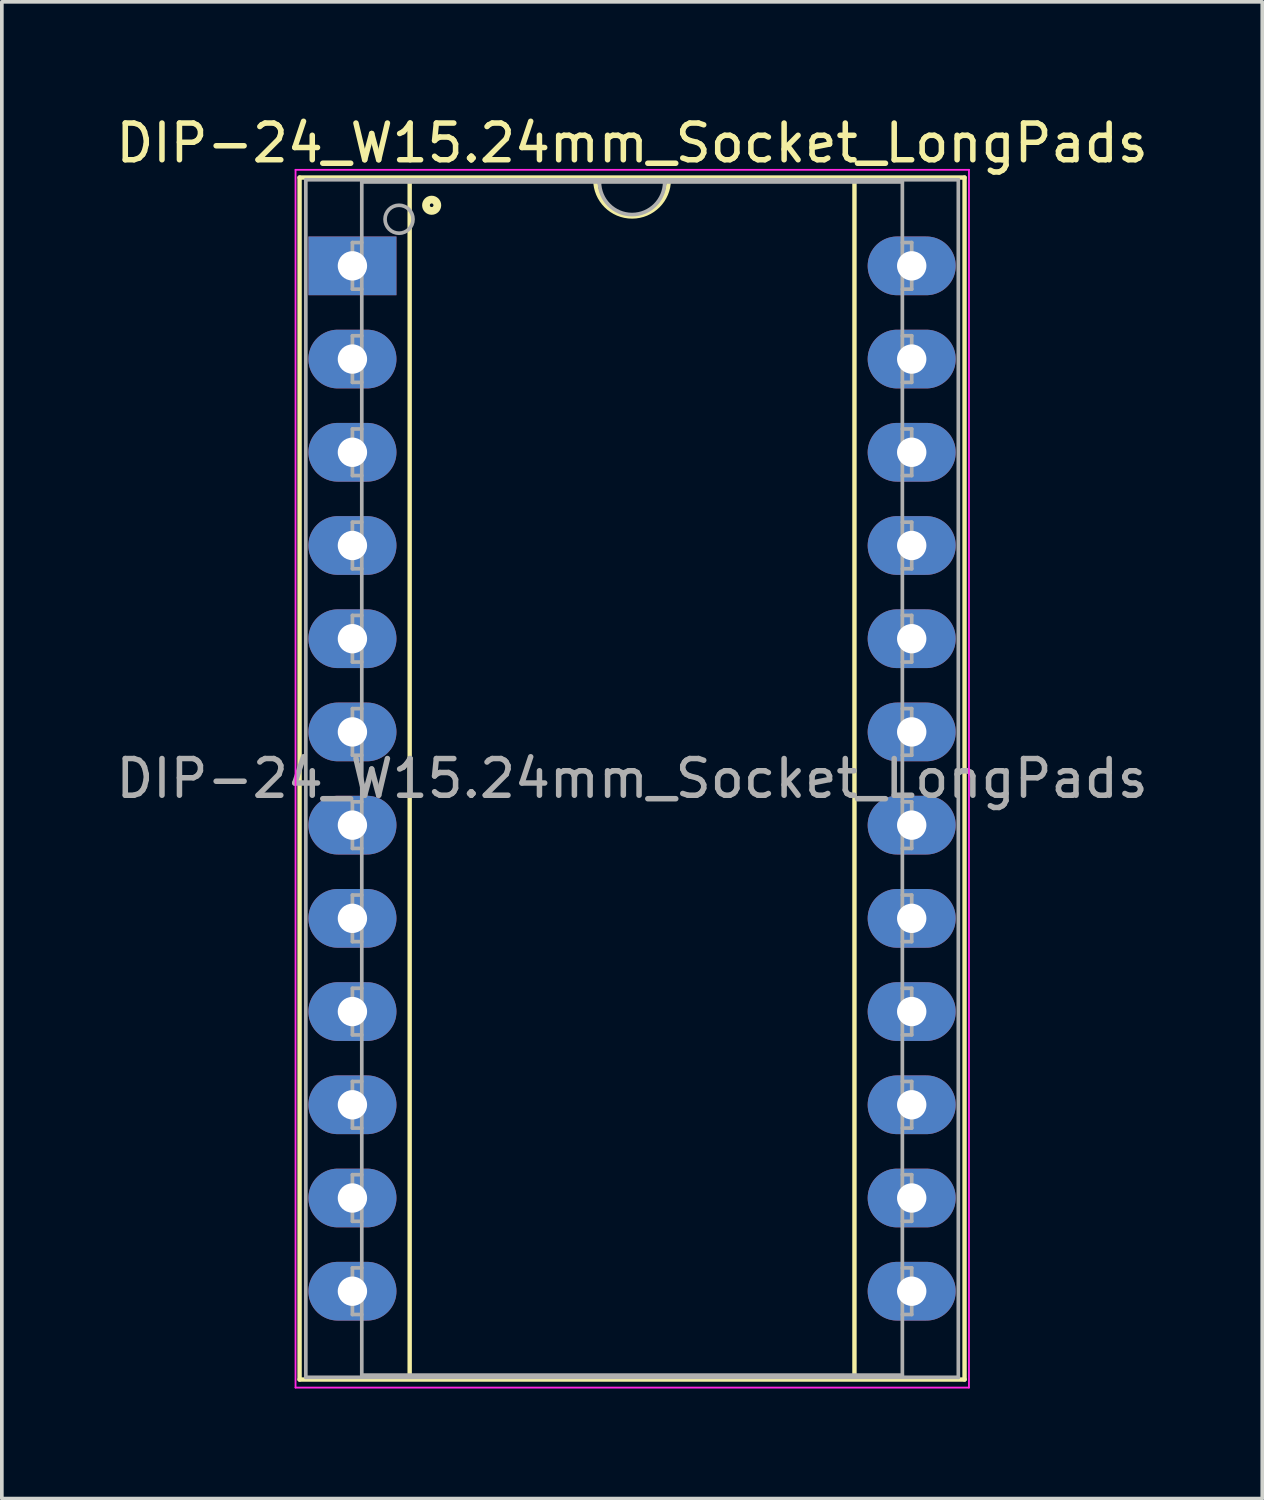
<source format=kicad_pcb>
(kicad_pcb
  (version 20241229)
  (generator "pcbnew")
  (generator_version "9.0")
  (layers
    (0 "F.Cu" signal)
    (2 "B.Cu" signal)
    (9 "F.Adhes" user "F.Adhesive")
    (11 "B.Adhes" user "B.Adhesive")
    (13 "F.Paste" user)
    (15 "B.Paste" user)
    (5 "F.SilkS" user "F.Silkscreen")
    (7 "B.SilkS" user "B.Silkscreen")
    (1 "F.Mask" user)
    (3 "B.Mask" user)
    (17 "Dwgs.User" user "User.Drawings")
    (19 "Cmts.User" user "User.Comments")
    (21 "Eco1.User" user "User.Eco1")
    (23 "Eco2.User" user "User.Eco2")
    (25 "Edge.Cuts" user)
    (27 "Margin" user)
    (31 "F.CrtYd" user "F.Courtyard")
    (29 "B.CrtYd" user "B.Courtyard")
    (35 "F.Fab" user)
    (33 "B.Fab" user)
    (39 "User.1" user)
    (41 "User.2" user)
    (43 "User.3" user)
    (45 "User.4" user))
  (footprint "DIP-24_W15.24mm_Socket_LongPads"
    (layer "F.Cu")
    (at 6.553 4.194)
    (property "Reference" "DIP-24_W15.24mm_Socket_LongPads" (at 7.62 -3.346 0) (layer "F.SilkS") (effects (font (size 1 1) (thickness 0.15))))
    (attr through_hole)
    (fp_line (start -1.44 -2.406) (end -1.44 30.346) (stroke (width 0.12) (type solid)) (layer "F.SilkS"))
    (fp_line (start -1.44 30.346) (end 16.68 30.346) (stroke (width 0.12) (type solid)) (layer "F.SilkS"))
    (fp_line (start 1.56 -2.346) (end 1.56 30.286) (stroke (width 0.12) (type solid)) (layer "F.SilkS"))
    (fp_line (start 1.56 30.286) (end 13.68 30.286) (stroke (width 0.12) (type solid)) (layer "F.SilkS"))
    (fp_line (start 6.62 -2.346) (end 1.56 -2.346) (stroke (width 0.12) (type solid)) (layer "F.SilkS"))
    (fp_line (start 13.68 -2.346) (end 8.62 -2.346) (stroke (width 0.12) (type solid)) (layer "F.SilkS"))
    (fp_line (start 13.68 30.286) (end 13.68 -2.346) (stroke (width 0.12) (type solid)) (layer "F.SilkS"))
    (fp_line (start 16.68 -2.406) (end -1.44 -2.406) (stroke (width 0.12) (type solid)) (layer "F.SilkS"))
    (fp_line (start 16.68 30.346) (end 16.68 -2.406) (stroke (width 0.12) (type solid)) (layer "F.SilkS"))
    (fp_arc (start 8.62 -2.346) (mid 7.62 -1.346) (end 6.62 -2.346) (stroke (width 0.12) (type solid)) (layer "F.SilkS"))
    (fp_circle (center 2.159 -1.651) (end 2.209 -1.651) (stroke (width 0.12) (type solid)) (fill no) (layer "F.SilkS"))
    (fp_circle (center 2.159 -1.651) (end 2.284 -1.651) (stroke (width 0.12) (type solid)) (fill no) (layer "F.SilkS"))
    (fp_circle (center 2.159 -1.651) (end 2.359 -1.651) (stroke (width 0.12) (type solid)) (fill no) (layer "F.SilkS"))
    (fp_line (start -1.55 -2.616) (end -1.55 30.566) (stroke (width 0.05) (type solid)) (layer "F.CrtYd"))
    (fp_line (start -1.55 30.566) (end 16.8 30.566) (stroke (width 0.05) (type solid)) (layer "F.CrtYd"))
    (fp_line (start 16.8 -2.616) (end -1.55 -2.616) (stroke (width 0.05) (type solid)) (layer "F.CrtYd"))
    (fp_line (start 16.8 30.566) (end 16.8 -2.616) (stroke (width 0.05) (type solid)) (layer "F.CrtYd"))
    (fp_line (start -1.27 -2.346) (end -1.27 30.286) (stroke (width 0.1) (type solid)) (layer "F.Fab"))
    (fp_line (start -1.27 30.286) (end 16.51 30.286) (stroke (width 0.1) (type solid)) (layer "F.Fab"))
    (fp_line (start 0 -0.635) (end 0 0.635) (stroke (width 0.1) (type solid)) (layer "F.Fab"))
    (fp_line (start 0 -0.635) (end 0.254 -0.635) (stroke (width 0.1) (type solid)) (layer "F.Fab"))
    (fp_line (start 0 0.635) (end 0.254 0.635) (stroke (width 0.1) (type solid)) (layer "F.Fab"))
    (fp_line (start 0 1.905) (end 0 3.175) (stroke (width 0.1) (type solid)) (layer "F.Fab"))
    (fp_line (start 0 1.905) (end 0.254 1.905) (stroke (width 0.1) (type solid)) (layer "F.Fab"))
    (fp_line (start 0 3.175) (end 0.254 3.175) (stroke (width 0.1) (type solid)) (layer "F.Fab"))
    (fp_line (start 0 4.445) (end 0 5.715) (stroke (width 0.1) (type solid)) (layer "F.Fab"))
    (fp_line (start 0 4.445) (end 0.254 4.445) (stroke (width 0.1) (type solid)) (layer "F.Fab"))
    (fp_line (start 0 5.715) (end 0.254 5.715) (stroke (width 0.1) (type solid)) (layer "F.Fab"))
    (fp_line (start 0 6.985) (end 0 8.255) (stroke (width 0.1) (type solid)) (layer "F.Fab"))
    (fp_line (start 0 6.985) (end 0.254 6.985) (stroke (width 0.1) (type solid)) (layer "F.Fab"))
    (fp_line (start 0 8.255) (end 0.254 8.255) (stroke (width 0.1) (type solid)) (layer "F.Fab"))
    (fp_line (start 0 9.525) (end 0 10.795) (stroke (width 0.1) (type solid)) (layer "F.Fab"))
    (fp_line (start 0 9.525) (end 0.254 9.525) (stroke (width 0.1) (type solid)) (layer "F.Fab"))
    (fp_line (start 0 10.795) (end 0.254 10.795) (stroke (width 0.1) (type solid)) (layer "F.Fab"))
    (fp_line (start 0 12.065) (end 0 13.335) (stroke (width 0.1) (type solid)) (layer "F.Fab"))
    (fp_line (start 0 12.065) (end 0.254 12.065) (stroke (width 0.1) (type solid)) (layer "F.Fab"))
    (fp_line (start 0 13.335) (end 0.254 13.335) (stroke (width 0.1) (type solid)) (layer "F.Fab"))
    (fp_line (start 0 14.605) (end 0 15.875) (stroke (width 0.1) (type solid)) (layer "F.Fab"))
    (fp_line (start 0 14.605) (end 0.254 14.605) (stroke (width 0.1) (type solid)) (layer "F.Fab"))
    (fp_line (start 0 15.875) (end 0.254 15.875) (stroke (width 0.1) (type solid)) (layer "F.Fab"))
    (fp_line (start 0 17.145) (end 0 18.415) (stroke (width 0.1) (type solid)) (layer "F.Fab"))
    (fp_line (start 0 17.145) (end 0.254 17.145) (stroke (width 0.1) (type solid)) (layer "F.Fab"))
    (fp_line (start 0 18.415) (end 0.254 18.415) (stroke (width 0.1) (type solid)) (layer "F.Fab"))
    (fp_line (start 0 19.685) (end 0 20.955) (stroke (width 0.1) (type solid)) (layer "F.Fab"))
    (fp_line (start 0 19.685) (end 0.254 19.685) (stroke (width 0.1) (type solid)) (layer "F.Fab"))
    (fp_line (start 0 20.955) (end 0.254 20.955) (stroke (width 0.1) (type solid)) (layer "F.Fab"))
    (fp_line (start 0 22.225) (end 0 23.495) (stroke (width 0.1) (type solid)) (layer "F.Fab"))
    (fp_line (start 0 22.225) (end 0.254 22.225) (stroke (width 0.1) (type solid)) (layer "F.Fab"))
    (fp_line (start 0 23.495) (end 0.254 23.495) (stroke (width 0.1) (type solid)) (layer "F.Fab"))
    (fp_line (start 0 24.765) (end 0 26.035) (stroke (width 0.1) (type solid)) (layer "F.Fab"))
    (fp_line (start 0 24.765) (end 0.254 24.765) (stroke (width 0.1) (type solid)) (layer "F.Fab"))
    (fp_line (start 0 26.035) (end 0.254 26.035) (stroke (width 0.1) (type solid)) (layer "F.Fab"))
    (fp_line (start 0 27.305) (end 0 28.575) (stroke (width 0.1) (type solid)) (layer "F.Fab"))
    (fp_line (start 0 27.305) (end 0.254 27.305) (stroke (width 0.1) (type solid)) (layer "F.Fab"))
    (fp_line (start 0 28.575) (end 0.254 28.575) (stroke (width 0.1) (type solid)) (layer "F.Fab"))
    (fp_line (start 0.255 -2.286) (end 14.985 -2.286) (stroke (width 0.1) (type solid)) (layer "F.Fab"))
    (fp_line (start 0.255 30.226) (end 0.255 -2.286) (stroke (width 0.1) (type solid)) (layer "F.Fab"))
    (fp_line (start 14.985 -2.286) (end 14.985 30.226) (stroke (width 0.1) (type solid)) (layer "F.Fab"))
    (fp_line (start 14.985 30.226) (end 0.255 30.226) (stroke (width 0.1) (type solid)) (layer "F.Fab"))
    (fp_line (start 15.24 -0.635) (end 14.986 -0.635) (stroke (width 0.1) (type solid)) (layer "F.Fab"))
    (fp_line (start 15.24 0.635) (end 14.986 0.635) (stroke (width 0.1) (type solid)) (layer "F.Fab"))
    (fp_line (start 15.24 0.635) (end 15.24 -0.635) (stroke (width 0.1) (type solid)) (layer "F.Fab"))
    (fp_line (start 15.24 1.905) (end 14.986 1.905) (stroke (width 0.1) (type solid)) (layer "F.Fab"))
    (fp_line (start 15.24 3.175) (end 14.986 3.175) (stroke (width 0.1) (type solid)) (layer "F.Fab"))
    (fp_line (start 15.24 3.175) (end 15.24 1.905) (stroke (width 0.1) (type solid)) (layer "F.Fab"))
    (fp_line (start 15.24 4.445) (end 14.986 4.445) (stroke (width 0.1) (type solid)) (layer "F.Fab"))
    (fp_line (start 15.24 5.715) (end 14.986 5.715) (stroke (width 0.1) (type solid)) (layer "F.Fab"))
    (fp_line (start 15.24 5.715) (end 15.24 4.445) (stroke (width 0.1) (type solid)) (layer "F.Fab"))
    (fp_line (start 15.24 6.985) (end 14.986 6.985) (stroke (width 0.1) (type solid)) (layer "F.Fab"))
    (fp_line (start 15.24 8.255) (end 14.986 8.255) (stroke (width 0.1) (type solid)) (layer "F.Fab"))
    (fp_line (start 15.24 8.255) (end 15.24 6.985) (stroke (width 0.1) (type solid)) (layer "F.Fab"))
    (fp_line (start 15.24 9.525) (end 14.986 9.525) (stroke (width 0.1) (type solid)) (layer "F.Fab"))
    (fp_line (start 15.24 10.795) (end 14.986 10.795) (stroke (width 0.1) (type solid)) (layer "F.Fab"))
    (fp_line (start 15.24 10.795) (end 15.24 9.525) (stroke (width 0.1) (type solid)) (layer "F.Fab"))
    (fp_line (start 15.24 12.065) (end 14.986 12.065) (stroke (width 0.1) (type solid)) (layer "F.Fab"))
    (fp_line (start 15.24 13.335) (end 14.986 13.335) (stroke (width 0.1) (type solid)) (layer "F.Fab"))
    (fp_line (start 15.24 13.335) (end 15.24 12.065) (stroke (width 0.1) (type solid)) (layer "F.Fab"))
    (fp_line (start 15.24 14.605) (end 14.986 14.605) (stroke (width 0.1) (type solid)) (layer "F.Fab"))
    (fp_line (start 15.24 15.875) (end 14.986 15.875) (stroke (width 0.1) (type solid)) (layer "F.Fab"))
    (fp_line (start 15.24 15.875) (end 15.24 14.605) (stroke (width 0.1) (type solid)) (layer "F.Fab"))
    (fp_line (start 15.24 17.145) (end 14.986 17.145) (stroke (width 0.1) (type solid)) (layer "F.Fab"))
    (fp_line (start 15.24 18.415) (end 14.986 18.415) (stroke (width 0.1) (type solid)) (layer "F.Fab"))
    (fp_line (start 15.24 18.415) (end 15.24 17.145) (stroke (width 0.1) (type solid)) (layer "F.Fab"))
    (fp_line (start 15.24 19.685) (end 14.986 19.685) (stroke (width 0.1) (type solid)) (layer "F.Fab"))
    (fp_line (start 15.24 20.955) (end 14.986 20.955) (stroke (width 0.1) (type solid)) (layer "F.Fab"))
    (fp_line (start 15.24 20.955) (end 15.24 19.685) (stroke (width 0.1) (type solid)) (layer "F.Fab"))
    (fp_line (start 15.24 22.225) (end 14.986 22.225) (stroke (width 0.1) (type solid)) (layer "F.Fab"))
    (fp_line (start 15.24 23.495) (end 14.986 23.495) (stroke (width 0.1) (type solid)) (layer "F.Fab"))
    (fp_line (start 15.24 23.495) (end 15.24 22.225) (stroke (width 0.1) (type solid)) (layer "F.Fab"))
    (fp_line (start 15.24 24.765) (end 14.986 24.765) (stroke (width 0.1) (type solid)) (layer "F.Fab"))
    (fp_line (start 15.24 26.035) (end 14.986 26.035) (stroke (width 0.1) (type solid)) (layer "F.Fab"))
    (fp_line (start 15.24 26.035) (end 15.24 24.765) (stroke (width 0.1) (type solid)) (layer "F.Fab"))
    (fp_line (start 15.24 27.305) (end 14.986 27.305) (stroke (width 0.1) (type solid)) (layer "F.Fab"))
    (fp_line (start 15.24 28.575) (end 14.986 28.575) (stroke (width 0.1) (type solid)) (layer "F.Fab"))
    (fp_line (start 15.24 28.575) (end 15.24 27.305) (stroke (width 0.1) (type solid)) (layer "F.Fab"))
    (fp_line (start 16.51 -2.346) (end -1.27 -2.346) (stroke (width 0.1) (type solid)) (layer "F.Fab"))
    (fp_line (start 16.51 30.286) (end 16.51 -2.346) (stroke (width 0.1) (type solid)) (layer "F.Fab"))
    (fp_arc (start 8.509 -2.286) (mid 7.62 -1.397) (end 6.731 -2.286) (stroke (width 0.1) (type solid)) (layer "F.Fab"))
    (fp_circle (center 1.27 -1.27) (end 1.651 -1.27) (stroke (width 0.1) (type solid)) (fill no) (layer "F.Fab"))
    (fp_text user "${REFERENCE}" (at 7.62 13.97 0) (layer "F.Fab") (effects (font (size 1 1) (thickness 0.15))))
    (pad "1" thru_hole rect (at 0 0) (size 2.4 1.6) (drill 0.8) (layers "*.Cu" "*.Mask"))
    (pad "2" thru_hole oval (at 0 2.54) (size 2.4 1.6) (drill 0.8) (layers "*.Cu" "*.Mask"))
    (pad "3" thru_hole oval (at 0 5.08) (size 2.4 1.6) (drill 0.8) (layers "*.Cu" "*.Mask"))
    (pad "4" thru_hole oval (at 0 7.62) (size 2.4 1.6) (drill 0.8) (layers "*.Cu" "*.Mask"))
    (pad "5" thru_hole oval (at 0 10.16) (size 2.4 1.6) (drill 0.8) (layers "*.Cu" "*.Mask"))
    (pad "6" thru_hole oval (at 0 12.7) (size 2.4 1.6) (drill 0.8) (layers "*.Cu" "*.Mask"))
    (pad "7" thru_hole oval (at 0 15.24) (size 2.4 1.6) (drill 0.8) (layers "*.Cu" "*.Mask"))
    (pad "8" thru_hole oval (at 0 17.78) (size 2.4 1.6) (drill 0.8) (layers "*.Cu" "*.Mask"))
    (pad "9" thru_hole oval (at 0 20.32) (size 2.4 1.6) (drill 0.8) (layers "*.Cu" "*.Mask"))
    (pad "10" thru_hole oval (at 0 22.86) (size 2.4 1.6) (drill 0.8) (layers "*.Cu" "*.Mask"))
    (pad "11" thru_hole oval (at 0 25.4) (size 2.4 1.6) (drill 0.8) (layers "*.Cu" "*.Mask"))
    (pad "12" thru_hole oval (at 0 27.94) (size 2.4 1.6) (drill 0.8) (layers "*.Cu" "*.Mask"))
    (pad "13" thru_hole oval (at 15.24 27.94) (size 2.4 1.6) (drill 0.8) (layers "*.Cu" "*.Mask"))
    (pad "14" thru_hole oval (at 15.24 25.4) (size 2.4 1.6) (drill 0.8) (layers "*.Cu" "*.Mask"))
    (pad "15" thru_hole oval (at 15.24 22.86) (size 2.4 1.6) (drill 0.8) (layers "*.Cu" "*.Mask"))
    (pad "16" thru_hole oval (at 15.24 20.32) (size 2.4 1.6) (drill 0.8) (layers "*.Cu" "*.Mask"))
    (pad "17" thru_hole oval (at 15.24 17.78) (size 2.4 1.6) (drill 0.8) (layers "*.Cu" "*.Mask"))
    (pad "18" thru_hole oval (at 15.24 15.24) (size 2.4 1.6) (drill 0.8) (layers "*.Cu" "*.Mask"))
    (pad "19" thru_hole oval (at 15.24 12.7) (size 2.4 1.6) (drill 0.8) (layers "*.Cu" "*.Mask"))
    (pad "20" thru_hole oval (at 15.24 10.16) (size 2.4 1.6) (drill 0.8) (layers "*.Cu" "*.Mask"))
    (pad "21" thru_hole oval (at 15.24 7.62) (size 2.4 1.6) (drill 0.8) (layers "*.Cu" "*.Mask"))
    (pad "22" thru_hole oval (at 15.24 5.08) (size 2.4 1.6) (drill 0.8) (layers "*.Cu" "*.Mask"))
    (pad "23" thru_hole oval (at 15.24 2.54) (size 2.4 1.6) (drill 0.8) (layers "*.Cu" "*.Mask"))
    (pad "24" thru_hole oval (at 15.24 0) (size 2.4 1.6) (drill 0.8) (layers "*.Cu" "*.Mask")))
  (gr_rect
    (start -3 -3)
    (end 31.345 37.785)
    (stroke (width 0.1) (type default))
    (fill no)
    (layer "Edge.Cuts")))
</source>
